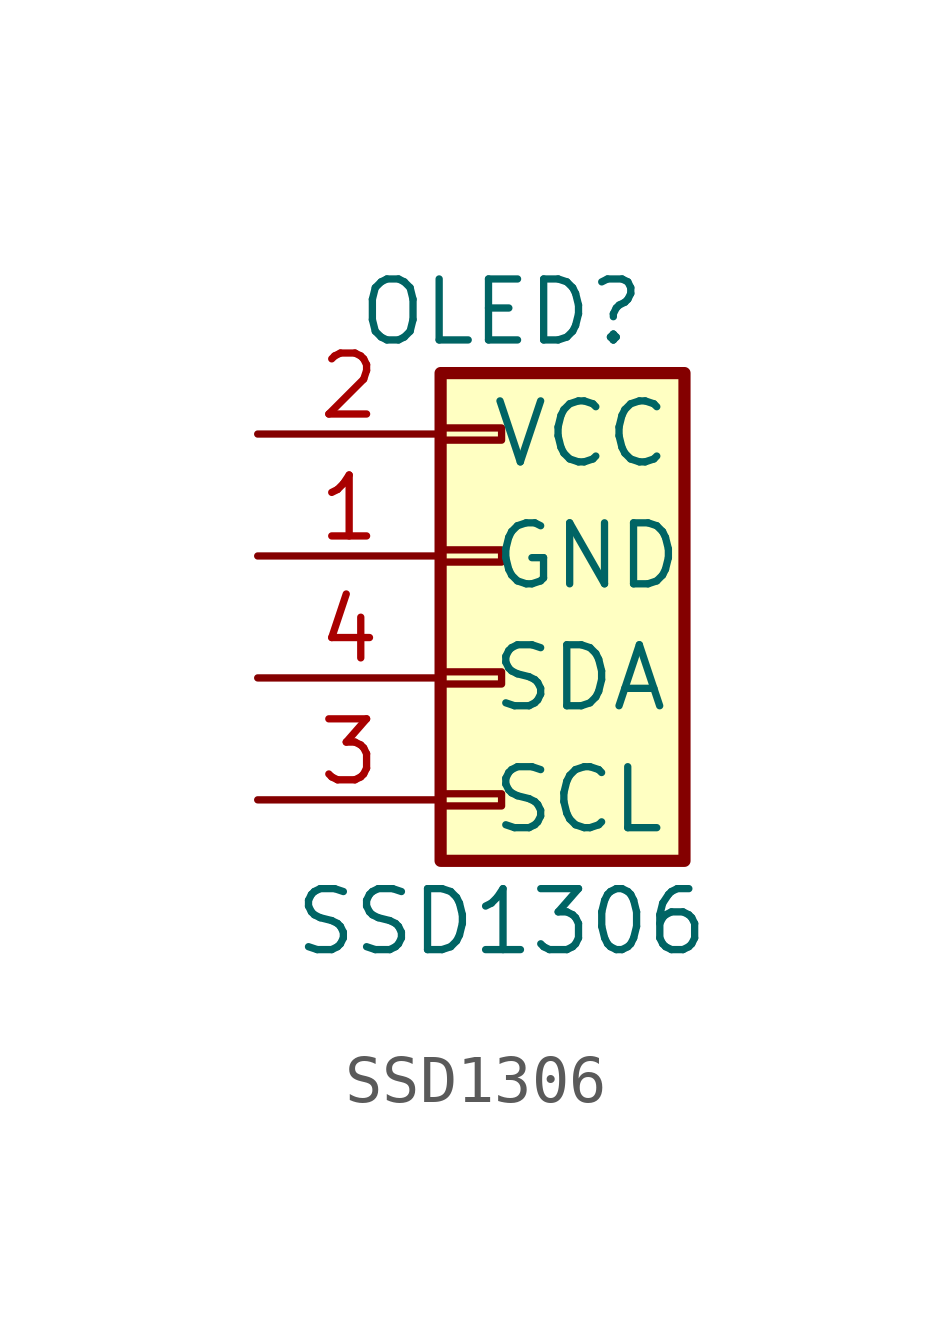
<source format=kicad_sym>
(kicad_symbol_lib
  (version 20220914)
  (generator kicad_symbol_editor)
  (symbol "SSD1306"
    (pin_names
      (offset 1.016))
    (property "Reference" "OLED"
      (at 0 5.08 0)
      (effects (font (size 1.27 1.27))))
    (property "Value" "SSD1306"
      (at 0 -7.62 0)
      (effects (font (size 1.27 1.27))))
    (symbol "SSD1306_1_1"
      (rectangle (start -1.27 -4.953) (end 0 -5.207) (stroke (width 0.152) (type default)) (fill (type none)))
      (rectangle (start -1.27 -2.413) (end 0 -2.667) (stroke (width 0.152) (type default)) (fill (type none)))
      (rectangle (start -1.27 0.127) (end 0 -0.127) (stroke (width 0.152) (type default)) (fill (type none)))
      (rectangle (start -1.27 2.667) (end 0 2.413) (stroke (width 0.152) (type default)) (fill (type none)))
      (rectangle (start -1.27 3.81) (end 3.81 -6.35) (stroke (width 0.254) (type default)) (fill (type background)))
      (pin power_in line (at -5.08 0 0) (length 3.81) (name "GND" (effects (font (size 1.27 1.27)))) (number "1" (effects (font (size 1.27 1.27)))))
      (pin power_in line (at -5.08 2.54 0) (length 3.81) (name "VCC" (effects (font (size 1.27 1.27)))) (number "2" (effects (font (size 1.27 1.27)))))
      (pin input line (at -5.08 -5.08 0) (length 3.81) (name "SCL" (effects (font (size 1.27 1.27)))) (number "3" (effects (font (size 1.27 1.27)))))
      (pin bidirectional line (at -5.08 -2.54 0) (length 3.81) (name "SDA" (effects (font (size 1.27 1.27)))) (number "4" (effects (font (size 1.27 1.27))))))))
</source>
